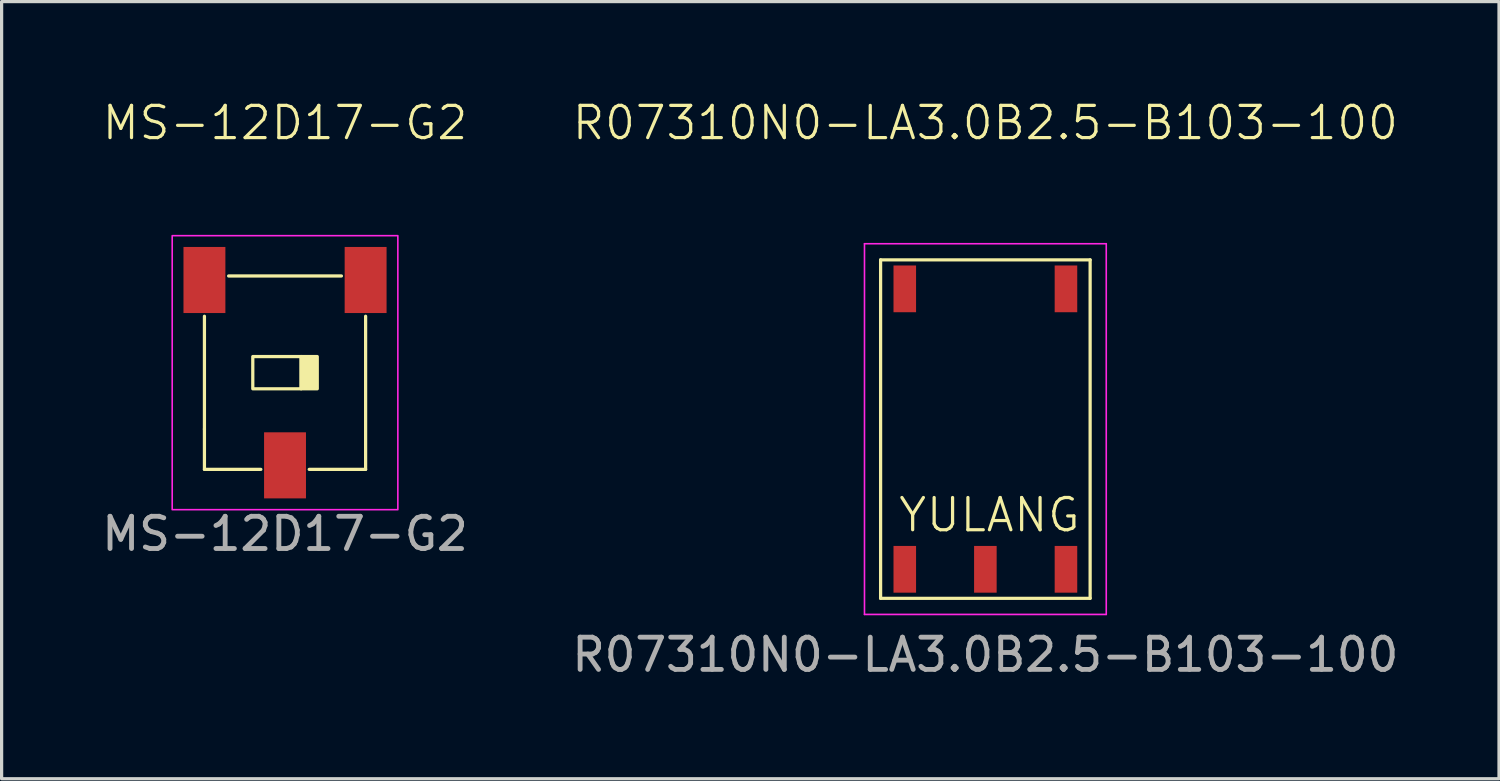
<source format=kicad_pcb>
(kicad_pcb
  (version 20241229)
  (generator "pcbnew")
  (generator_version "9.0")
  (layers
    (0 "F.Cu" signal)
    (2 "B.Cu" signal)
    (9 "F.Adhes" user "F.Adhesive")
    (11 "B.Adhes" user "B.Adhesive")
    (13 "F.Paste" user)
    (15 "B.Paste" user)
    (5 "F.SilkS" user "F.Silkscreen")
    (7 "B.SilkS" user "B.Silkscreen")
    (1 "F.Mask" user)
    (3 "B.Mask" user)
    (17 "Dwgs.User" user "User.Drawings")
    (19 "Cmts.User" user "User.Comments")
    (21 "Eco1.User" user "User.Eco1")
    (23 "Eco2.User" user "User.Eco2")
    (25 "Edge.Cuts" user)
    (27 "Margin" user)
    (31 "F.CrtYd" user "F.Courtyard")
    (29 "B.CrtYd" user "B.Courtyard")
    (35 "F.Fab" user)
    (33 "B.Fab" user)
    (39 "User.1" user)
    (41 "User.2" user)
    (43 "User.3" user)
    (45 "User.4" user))
  (footprint "MS-12D17-G2"
    (layer "F.Cu")
    (at 5.792 8.511)
    (property "Reference" "MS-12D17-G2" (at 0 -7.75 0) (unlocked yes) (layer "F.SilkS") (effects (font (size 1 1) (thickness 0.1))))
    (attr smd)
    (fp_line (start -2.5 -1.75) (end -2.5 1.75) (stroke (width 0.1) (type default)) (layer "F.SilkS"))
    (fp_line (start -2.5 1.75) (end -2.5 3) (stroke (width 0.1) (type default)) (layer "F.SilkS"))
    (fp_line (start -2.5 3) (end -0.75 3) (stroke (width 0.1) (type default)) (layer "F.SilkS"))
    (fp_line (start -1.75 -3) (end 1.75 -3) (stroke (width 0.1) (type default)) (layer "F.SilkS"))
    (fp_line (start 0.75 3) (end 2.5 3) (stroke (width 0.1) (type default)) (layer "F.SilkS"))
    (fp_line (start 2.5 3) (end 2.5 -1.75) (stroke (width 0.1) (type default)) (layer "F.SilkS"))
    (fp_rect (start -1 -0.5) (end 0.5 0.5) (stroke (width 0.1) (type default)) (fill no) (layer "F.SilkS"))
    (fp_rect (start 0.5 -0.5) (end 1 0.5) (stroke (width 0.1) (type solid)) (fill yes) (layer "F.SilkS"))
    (fp_rect (start -3.5 -4.25) (end 3.5 4.25) (stroke (width 0.05) (type default)) (fill no) (layer "F.CrtYd"))
    (fp_text user "${REFERENCE}" (at 0 5 0) (unlocked yes) (layer "F.Fab") (effects (font (size 1 1) (thickness 0.15))))
    (pad "1" smd rect (at 0 2.875) (size 1.3 2.05) (layers "F.Cu" "F.Mask" "F.Paste"))
    (pad "2" smd rect (at -2.5 -2.875) (size 1.3 2.05) (layers "F.Cu" "F.Mask" "F.Paste"))
    (pad "3" smd rect (at 2.5 -2.875) (size 1.3 2.05) (layers "F.Cu" "F.Mask" "F.Paste")))
  (footprint "R07310N0-LA3.0B2.5-B103-100"
    (layer "F.Cu")
    (at 27.518 10.261)
    (property "Reference" "R07310N0-LA3.0B2.5-B103-100" (at 0 -9.5 0) (unlocked yes) (layer "F.SilkS") (effects (font (size 1 1) (thickness 0.1))))
    (attr smd)
    (fp_line (start -3.25 -5.25) (end -3.25 5.25) (stroke (width 0.1) (type default)) (layer "F.SilkS"))
    (fp_line (start -3.25 5.25) (end 3.25 5.25) (stroke (width 0.1) (type default)) (layer "F.SilkS"))
    (fp_line (start 3.25 -5.25) (end -3.25 -5.25) (stroke (width 0.1) (type default)) (layer "F.SilkS"))
    (fp_line (start 3.25 5.25) (end 3.25 -5.25) (stroke (width 0.1) (type default)) (layer "F.SilkS"))
    (fp_line (start -3.75 -5.75) (end -3.75 5.75) (stroke (width 0.05) (type default)) (layer "F.CrtYd"))
    (fp_line (start -3.75 5.75) (end 3.75 5.75) (stroke (width 0.05) (type default)) (layer "F.CrtYd"))
    (fp_line (start 3.75 -5.75) (end -3.75 -5.75) (stroke (width 0.05) (type default)) (layer "F.CrtYd"))
    (fp_line (start 3.75 5.75) (end 3.75 -5.75) (stroke (width 0.05) (type default)) (layer "F.CrtYd"))
    (fp_text user "YULANG" (at -2.75 3.25 0) (unlocked yes) (layer "F.SilkS") (effects (font (size 1 1) (thickness 0.1)) (justify left bottom)))
    (fp_text user "${REFERENCE}" (at 0 7 0) (unlocked yes) (layer "F.Fab") (effects (font (size 1 1) (thickness 0.15))))
    (pad "1" smd rect (at -2.5 4.35) (size 0.7 1.45) (layers "F.Cu" "F.Mask" "F.Paste"))
    (pad "2" smd rect (at 0 4.35) (size 0.7 1.45) (layers "F.Cu" "F.Mask" "F.Paste"))
    (pad "3" smd rect (at 2.5 4.35) (size 0.7 1.45) (layers "F.Cu" "F.Mask" "F.Paste"))
    (pad "MT1" smd rect (at -2.5 -4.35) (size 0.7 1.45) (layers "F.Cu" "F.Mask" "F.Paste"))
    (pad "MT2" smd rect (at 2.5 -4.35) (size 0.7 1.45) (layers "F.Cu" "F.Mask" "F.Paste")))
  (gr_rect
    (start -3 -3)
    (end 43.452 21.109)
    (stroke (width 0.1) (type default))
    (fill no)
    (layer "Edge.Cuts")))
</source>
